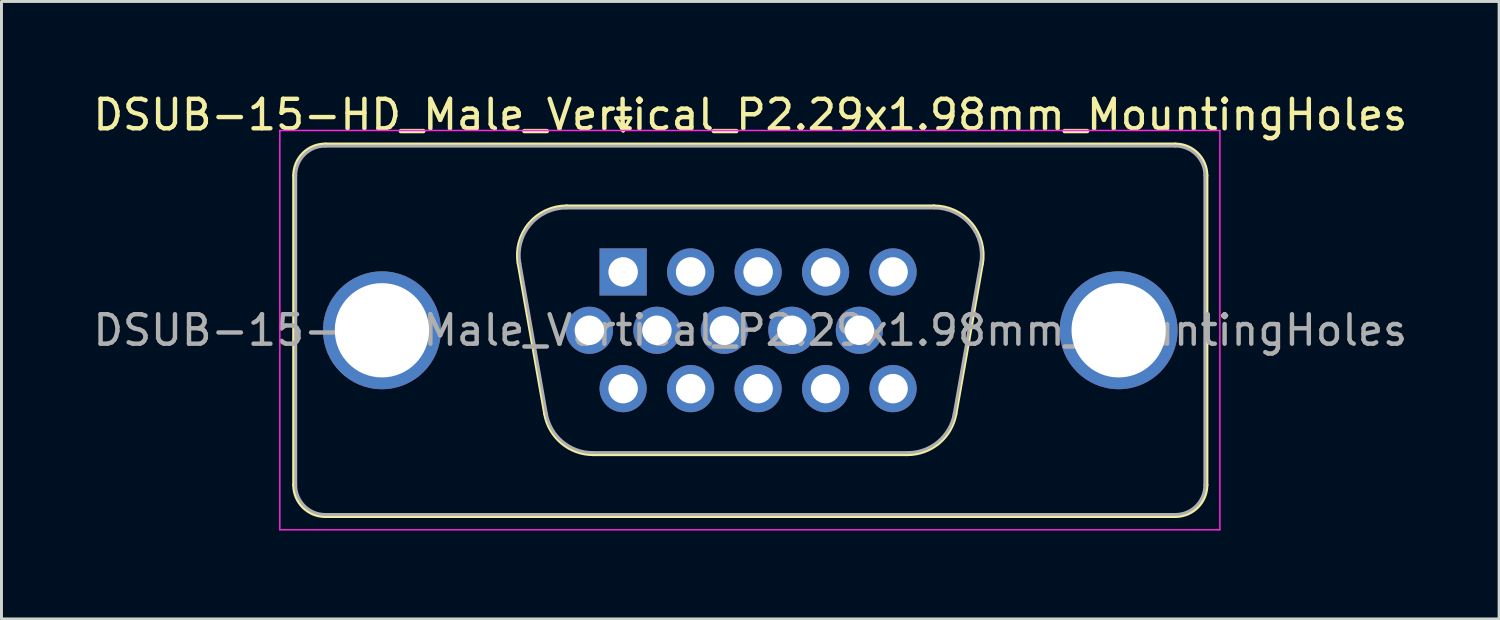
<source format=kicad_pcb>
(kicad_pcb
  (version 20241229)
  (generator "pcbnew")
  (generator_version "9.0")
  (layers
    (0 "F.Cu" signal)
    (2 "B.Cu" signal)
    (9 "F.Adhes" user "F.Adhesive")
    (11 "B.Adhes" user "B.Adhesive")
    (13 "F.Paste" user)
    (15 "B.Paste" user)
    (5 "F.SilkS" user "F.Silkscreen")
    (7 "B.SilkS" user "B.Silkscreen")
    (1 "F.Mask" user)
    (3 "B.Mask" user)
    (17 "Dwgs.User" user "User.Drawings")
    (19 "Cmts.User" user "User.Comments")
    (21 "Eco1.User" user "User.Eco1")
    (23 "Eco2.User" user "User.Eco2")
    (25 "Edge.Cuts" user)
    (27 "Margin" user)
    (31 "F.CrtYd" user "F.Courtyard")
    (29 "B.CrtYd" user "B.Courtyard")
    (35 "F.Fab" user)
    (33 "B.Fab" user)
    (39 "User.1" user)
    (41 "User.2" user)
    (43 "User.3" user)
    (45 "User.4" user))
  (footprint "DSUB-15-HD_Male_Vertical_P2.29x1.98mm_MountingHoles"
    (layer "F.Cu")
    (at 18.096 6.178)
    (property "Reference" "DSUB-15-HD_Male_Vertical_P2.29x1.98mm_MountingHoles" (at 4.315 -5.33 0) (layer "F.SilkS") (effects (font (size 1 1) (thickness 0.15))))
    (attr through_hole)
    (fp_line (start -11.17 7.23) (end -11.17 -3.27) (stroke (width 0.12) (type solid)) (layer "F.SilkS"))
    (fp_line (start -10.11 -4.33) (end 18.74 -4.33) (stroke (width 0.12) (type solid)) (layer "F.SilkS"))
    (fp_line (start -3.551 -0.282) (end -2.652 4.818) (stroke (width 0.12) (type solid)) (layer "F.SilkS"))
    (fp_line (start -1.917 -2.23) (end 10.547 -2.23) (stroke (width 0.12) (type solid)) (layer "F.SilkS"))
    (fp_line (start -1.017 6.19) (end 9.647 6.19) (stroke (width 0.12) (type solid)) (layer "F.SilkS"))
    (fp_line (start -0.25 -5.224) (end 0.25 -5.224) (stroke (width 0.12) (type solid)) (layer "F.SilkS"))
    (fp_line (start 0 -4.791) (end -0.25 -5.224) (stroke (width 0.12) (type solid)) (layer "F.SilkS"))
    (fp_line (start 0.25 -5.224) (end 0 -4.791) (stroke (width 0.12) (type solid)) (layer "F.SilkS"))
    (fp_line (start 12.181 -0.282) (end 11.282 4.818) (stroke (width 0.12) (type solid)) (layer "F.SilkS"))
    (fp_line (start 18.74 8.29) (end -10.11 8.29) (stroke (width 0.12) (type solid)) (layer "F.SilkS"))
    (fp_line (start 19.8 -3.27) (end 19.8 7.23) (stroke (width 0.12) (type solid)) (layer "F.SilkS"))
    (fp_arc (start -11.17 -3.27) (mid -10.859533 -4.019533) (end -10.11 -4.33) (stroke (width 0.12) (type solid)) (layer "F.SilkS"))
    (fp_arc (start -10.11 8.29) (mid -10.859533 7.979533) (end -11.17 7.23) (stroke (width 0.12) (type solid)) (layer "F.SilkS"))
    (fp_arc (start -3.55147 -0.281744) (mid -3.188323 -1.637028) (end -1.916689 -2.23) (stroke (width 0.12) (type solid)) (layer "F.SilkS"))
    (fp_arc (start -1.017421 6.19) (mid -2.084448 5.801634) (end -2.652202 4.818256) (stroke (width 0.12) (type solid)) (layer "F.SilkS"))
    (fp_arc (start 10.546689 -2.23) (mid 11.818323 -1.637027) (end 12.18147 -0.281744) (stroke (width 0.12) (type solid)) (layer "F.SilkS"))
    (fp_arc (start 11.282202 4.818256) (mid 10.714449 5.801634) (end 9.647421 6.19) (stroke (width 0.12) (type solid)) (layer "F.SilkS"))
    (fp_arc (start 18.74 -4.33) (mid 19.489533 -4.019533) (end 19.8 -3.27) (stroke (width 0.12) (type solid)) (layer "F.SilkS"))
    (fp_arc (start 19.8 7.23) (mid 19.489533 7.979533) (end 18.74 8.29) (stroke (width 0.12) (type solid)) (layer "F.SilkS"))
    (fp_line (start -11.65 -4.8) (end -11.65 8.75) (stroke (width 0.05) (type solid)) (layer "F.CrtYd"))
    (fp_line (start -11.65 8.75) (end 20.25 8.75) (stroke (width 0.05) (type solid)) (layer "F.CrtYd"))
    (fp_line (start 20.25 -4.8) (end -11.65 -4.8) (stroke (width 0.05) (type solid)) (layer "F.CrtYd"))
    (fp_line (start 20.25 8.75) (end 20.25 -4.8) (stroke (width 0.05) (type solid)) (layer "F.CrtYd"))
    (fp_line (start -11.11 7.23) (end -11.11 -3.27) (stroke (width 0.1) (type solid)) (layer "F.Fab"))
    (fp_line (start -10.11 -4.27) (end 18.74 -4.27) (stroke (width 0.1) (type solid)) (layer "F.Fab"))
    (fp_line (start -3.504 -0.292) (end -2.605 4.808) (stroke (width 0.1) (type solid)) (layer "F.Fab"))
    (fp_line (start -1.928 -2.17) (end 10.558 -2.17) (stroke (width 0.1) (type solid)) (layer "F.Fab"))
    (fp_line (start -1.029 6.13) (end 9.659 6.13) (stroke (width 0.1) (type solid)) (layer "F.Fab"))
    (fp_line (start 12.134 -0.292) (end 11.235 4.808) (stroke (width 0.1) (type solid)) (layer "F.Fab"))
    (fp_line (start 18.74 8.23) (end -10.11 8.23) (stroke (width 0.1) (type solid)) (layer "F.Fab"))
    (fp_line (start 19.74 -3.27) (end 19.74 7.23) (stroke (width 0.1) (type solid)) (layer "F.Fab"))
    (fp_arc (start -11.11 -3.27) (mid -10.817107 -3.977107) (end -10.11 -4.27) (stroke (width 0.1) (type solid)) (layer "F.Fab"))
    (fp_arc (start -10.11 8.23) (mid -10.817107 7.937107) (end -11.11 7.23) (stroke (width 0.1) (type solid)) (layer "F.Fab"))
    (fp_arc (start -3.503886 -0.292163) (mid -3.153865 -1.59846) (end -1.928194 -2.17) (stroke (width 0.1) (type solid)) (layer "F.Fab"))
    (fp_arc (start -1.028927 6.13) (mid -2.057387 5.755671) (end -2.604619 4.807837) (stroke (width 0.1) (type solid)) (layer "F.Fab"))
    (fp_arc (start 10.558194 -2.17) (mid 11.783865 -1.59846) (end 12.133886 -0.292163) (stroke (width 0.1) (type solid)) (layer "F.Fab"))
    (fp_arc (start 11.234619 4.807837) (mid 10.687387 5.755671) (end 9.658927 6.13) (stroke (width 0.1) (type solid)) (layer "F.Fab"))
    (fp_arc (start 18.74 -4.27) (mid 19.447107 -3.977107) (end 19.74 -3.27) (stroke (width 0.1) (type solid)) (layer "F.Fab"))
    (fp_arc (start 19.74 7.23) (mid 19.447107 7.937107) (end 18.74 8.23) (stroke (width 0.1) (type solid)) (layer "F.Fab"))
    (fp_text user "${REFERENCE}" (at 4.315 1.98 0) (layer "F.Fab") (effects (font (size 1 1) (thickness 0.15))))
    (pad "0" thru_hole circle (at -8.185 1.98) (size 4 4) (drill 3.2) (layers "*.Cu" "*.Mask"))
    (pad "0" thru_hole circle (at 16.815 1.98) (size 4 4) (drill 3.2) (layers "*.Cu" "*.Mask"))
    (pad "1" thru_hole rect (at 0 0) (size 1.6 1.6) (drill 1) (layers "*.Cu" "*.Mask"))
    (pad "2" thru_hole circle (at 2.29 0) (size 1.6 1.6) (drill 1) (layers "*.Cu" "*.Mask"))
    (pad "3" thru_hole circle (at 4.58 0) (size 1.6 1.6) (drill 1) (layers "*.Cu" "*.Mask"))
    (pad "4" thru_hole circle (at 6.87 0) (size 1.6 1.6) (drill 1) (layers "*.Cu" "*.Mask"))
    (pad "5" thru_hole circle (at 9.16 0) (size 1.6 1.6) (drill 1) (layers "*.Cu" "*.Mask"))
    (pad "6" thru_hole circle (at -1.145 1.98) (size 1.6 1.6) (drill 1) (layers "*.Cu" "*.Mask"))
    (pad "7" thru_hole circle (at 1.145 1.98) (size 1.6 1.6) (drill 1) (layers "*.Cu" "*.Mask"))
    (pad "8" thru_hole circle (at 3.435 1.98) (size 1.6 1.6) (drill 1) (layers "*.Cu" "*.Mask"))
    (pad "9" thru_hole circle (at 5.725 1.98) (size 1.6 1.6) (drill 1) (layers "*.Cu" "*.Mask"))
    (pad "10" thru_hole circle (at 8.015 1.98) (size 1.6 1.6) (drill 1) (layers "*.Cu" "*.Mask"))
    (pad "11" thru_hole circle (at 0 3.96) (size 1.6 1.6) (drill 1) (layers "*.Cu" "*.Mask"))
    (pad "12" thru_hole circle (at 2.29 3.96) (size 1.6 1.6) (drill 1) (layers "*.Cu" "*.Mask"))
    (pad "13" thru_hole circle (at 4.58 3.96) (size 1.6 1.6) (drill 1) (layers "*.Cu" "*.Mask"))
    (pad "14" thru_hole circle (at 6.87 3.96) (size 1.6 1.6) (drill 1) (layers "*.Cu" "*.Mask"))
    (pad "15" thru_hole circle (at 9.16 3.96) (size 1.6 1.6) (drill 1) (layers "*.Cu" "*.Mask")))
  (gr_rect
    (start -3 -3)
    (end 47.821 17.953)
    (stroke (width 0.1) (type default))
    (fill no)
    (layer "Edge.Cuts")))
</source>
